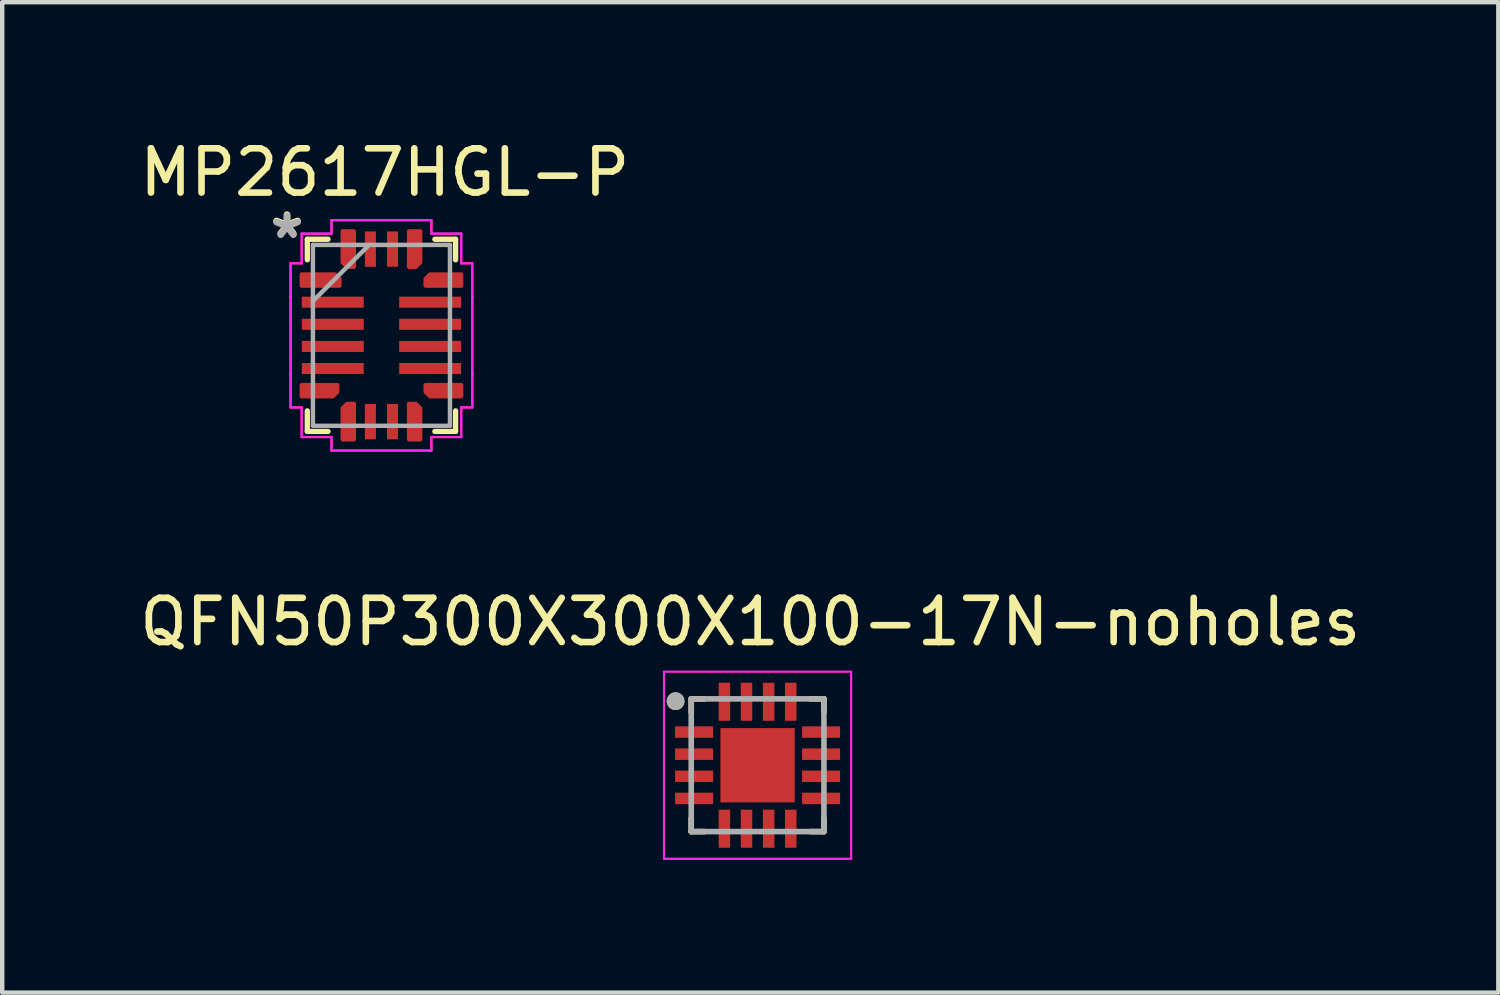
<source format=kicad_pcb>
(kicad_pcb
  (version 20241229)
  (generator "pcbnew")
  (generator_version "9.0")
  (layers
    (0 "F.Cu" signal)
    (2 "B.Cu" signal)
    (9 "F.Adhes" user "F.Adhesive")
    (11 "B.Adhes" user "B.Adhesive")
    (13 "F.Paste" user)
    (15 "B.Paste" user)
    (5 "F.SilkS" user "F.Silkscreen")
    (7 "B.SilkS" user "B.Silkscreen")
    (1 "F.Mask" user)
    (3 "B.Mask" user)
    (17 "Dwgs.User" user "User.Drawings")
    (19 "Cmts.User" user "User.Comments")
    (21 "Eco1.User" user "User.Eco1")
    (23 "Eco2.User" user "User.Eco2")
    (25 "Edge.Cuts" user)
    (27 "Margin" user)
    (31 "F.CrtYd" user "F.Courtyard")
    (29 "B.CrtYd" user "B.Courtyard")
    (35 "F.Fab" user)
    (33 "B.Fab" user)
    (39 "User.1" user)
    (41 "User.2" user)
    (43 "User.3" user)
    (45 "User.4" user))
  (footprint "QFN50P300X300X100-17N-noholes"
    (layer "F.Cu")
    (at 14.076 14.249)
    (property "Reference" "QFN50P300X300X100-17N-noholes" (at -0.165 -3.24 0) (layer "F.SilkS") (effects (font (size 1 1) (thickness 0.15))))
    (attr smd)
    (fp_line (start -1.5 -1.5) (end -1.5 -1.2) (stroke (width 0.127) (type solid)) (layer "F.SilkS"))
    (fp_line (start -1.5 -1.5) (end -1.2 -1.5) (stroke (width 0.127) (type solid)) (layer "F.SilkS"))
    (fp_line (start -1.5 1.5) (end -1.5 1.2) (stroke (width 0.127) (type solid)) (layer "F.SilkS"))
    (fp_line (start -1.5 1.5) (end -1.2 1.5) (stroke (width 0.127) (type solid)) (layer "F.SilkS"))
    (fp_line (start 1.5 -1.5) (end 1.2 -1.5) (stroke (width 0.127) (type solid)) (layer "F.SilkS"))
    (fp_line (start 1.5 -1.5) (end 1.5 -1.2) (stroke (width 0.127) (type solid)) (layer "F.SilkS"))
    (fp_line (start 1.5 1.5) (end 1.2 1.5) (stroke (width 0.127) (type solid)) (layer "F.SilkS"))
    (fp_line (start 1.5 1.5) (end 1.5 1.2) (stroke (width 0.127) (type solid)) (layer "F.SilkS"))
    (fp_circle (center -1.854 -1.448) (end -1.754 -1.448) (stroke (width 0.2) (type solid)) (fill no) (layer "F.SilkS"))
    (fp_poly (pts (xy -0.53 -0.53) (xy 0.53 -0.53) (xy 0.53 0.53) (xy -0.53 0.53)) (stroke (width 0.01) (type solid)) (fill yes) (layer "F.Paste"))
    (fp_line (start -2.115 -2.115) (end 2.115 -2.115) (stroke (width 0.05) (type solid)) (layer "F.CrtYd"))
    (fp_line (start -2.115 2.115) (end -2.115 -2.115) (stroke (width 0.05) (type solid)) (layer "F.CrtYd"))
    (fp_line (start -2.115 2.115) (end 2.115 2.115) (stroke (width 0.05) (type solid)) (layer "F.CrtYd"))
    (fp_line (start 2.115 2.115) (end 2.115 -2.115) (stroke (width 0.05) (type solid)) (layer "F.CrtYd"))
    (fp_line (start -1.5 1.5) (end -1.5 -1.5) (stroke (width 0.127) (type solid)) (layer "F.Fab"))
    (fp_line (start 1.5 -1.5) (end -1.5 -1.5) (stroke (width 0.127) (type solid)) (layer "F.Fab"))
    (fp_line (start 1.5 1.5) (end -1.5 1.5) (stroke (width 0.127) (type solid)) (layer "F.Fab"))
    (fp_line (start 1.5 1.5) (end 1.5 -1.5) (stroke (width 0.127) (type solid)) (layer "F.Fab"))
    (fp_circle (center -1.854 -1.448) (end -1.754 -1.448) (stroke (width 0.2) (type solid)) (fill no) (layer "F.Fab"))
    (pad "1" smd roundrect (at -1.435 -0.75) (size 0.86 0.26) (layers "F.Cu" "F.Mask" "F.Paste") (roundrect_rratio 0.03))
    (pad "2" smd roundrect (at -1.435 -0.25) (size 0.86 0.26) (layers "F.Cu" "F.Mask" "F.Paste") (roundrect_rratio 0.03))
    (pad "3" smd roundrect (at -1.435 0.25) (size 0.86 0.26) (layers "F.Cu" "F.Mask" "F.Paste") (roundrect_rratio 0.03))
    (pad "4" smd roundrect (at -1.435 0.75) (size 0.86 0.26) (layers "F.Cu" "F.Mask" "F.Paste") (roundrect_rratio 0.03))
    (pad "5" smd roundrect (at -0.75 1.435 90) (size 0.86 0.26) (layers "F.Cu" "F.Mask" "F.Paste") (roundrect_rratio 0.03))
    (pad "6" smd roundrect (at -0.25 1.435 90) (size 0.86 0.26) (layers "F.Cu" "F.Mask" "F.Paste") (roundrect_rratio 0.03))
    (pad "7" smd roundrect (at 0.25 1.435 90) (size 0.86 0.26) (layers "F.Cu" "F.Mask" "F.Paste") (roundrect_rratio 0.03))
    (pad "8" smd roundrect (at 0.75 1.435 90) (size 0.86 0.26) (layers "F.Cu" "F.Mask" "F.Paste") (roundrect_rratio 0.03))
    (pad "9" smd roundrect (at 1.435 0.75) (size 0.86 0.26) (layers "F.Cu" "F.Mask" "F.Paste") (roundrect_rratio 0.03))
    (pad "10" smd roundrect (at 1.435 0.25) (size 0.86 0.26) (layers "F.Cu" "F.Mask" "F.Paste") (roundrect_rratio 0.03))
    (pad "11" smd roundrect (at 1.435 -0.25) (size 0.86 0.26) (layers "F.Cu" "F.Mask" "F.Paste") (roundrect_rratio 0.03))
    (pad "12" smd roundrect (at 1.435 -0.75) (size 0.86 0.26) (layers "F.Cu" "F.Mask" "F.Paste") (roundrect_rratio 0.03))
    (pad "13" smd roundrect (at 0.75 -1.435 90) (size 0.86 0.26) (layers "F.Cu" "F.Mask" "F.Paste") (roundrect_rratio 0.03))
    (pad "14" smd roundrect (at 0.25 -1.435 90) (size 0.86 0.26) (layers "F.Cu" "F.Mask" "F.Paste") (roundrect_rratio 0.03))
    (pad "15" smd roundrect (at -0.25 -1.435 90) (size 0.86 0.26) (layers "F.Cu" "F.Mask" "F.Paste") (roundrect_rratio 0.03))
    (pad "16" smd roundrect (at -0.75 -1.435 90) (size 0.86 0.26) (layers "F.Cu" "F.Mask" "F.Paste") (roundrect_rratio 0.03))
    (pad "17" smd rect (at 0 0) (size 1.68 1.68) (layers "F.Cu" "F.Mask"))
    (pad "18" smd circle (at 0 0) (size 0.457 0.457) (layers "F.Cu" "F.Mask" "F.Paste"))
    (pad "19" smd circle (at -0.457 -0.483) (size 0.457 0.457) (layers "F.Cu" "F.Mask" "F.Paste"))
    (pad "20" smd circle (at 0.432 -0.483) (size 0.457 0.457) (layers "F.Cu" "F.Mask" "F.Paste"))
    (pad "21" smd circle (at -0.457 0.483) (size 0.457 0.457) (layers "F.Cu" "F.Mask" "F.Paste"))
    (pad "22" smd circle (at 0.457 0.483) (size 0.457 0.457) (layers "F.Cu" "F.Mask" "F.Paste")))
  (footprint "MP2617HGL-P"
    (layer "F.Cu")
    (at 5.573 4.531)
    (property "Reference" "MP2617HGL-P" (at 0.076 -3.683 0) (layer "F.SilkS") (effects (font (size 1 1) (thickness 0.15))))
    (attr through_hole)
    (fp_poly (pts (xy -1.8 -1.375) (xy -1.8 -1.125) (xy -0.95 -1.125) (xy -0.95 -1.275) (xy -1.05 -1.375)) (stroke (width 0.1) (type solid)) (fill yes) (layer "F.Cu"))
    (fp_poly (pts (xy -1.8 1.125) (xy -1.8 1.375) (xy -1.1 1.375) (xy -1 1.275) (xy -1 1.125)) (stroke (width 0.1) (type solid)) (fill yes) (layer "F.Cu"))
    (fp_poly (pts (xy -0.625 -2.35) (xy -0.875 -2.35) (xy -0.875 -1.65) (xy -0.775 -1.55) (xy -0.625 -1.55)) (stroke (width 0.1) (type solid)) (fill yes) (layer "F.Cu"))
    (fp_poly (pts (xy -0.625 2.35) (xy -0.875 2.35) (xy -0.875 1.65) (xy -0.775 1.55) (xy -0.625 1.55)) (stroke (width 0.1) (type solid)) (fill yes) (layer "F.Cu"))
    (fp_poly (pts (xy 0.625 -2.35) (xy 0.875 -2.35) (xy 0.875 -1.65) (xy 0.775 -1.55) (xy 0.625 -1.55)) (stroke (width 0.1) (type solid)) (fill yes) (layer "F.Cu"))
    (fp_poly (pts (xy 0.625 2.35) (xy 0.875 2.35) (xy 0.875 1.65) (xy 0.775 1.55) (xy 0.625 1.55)) (stroke (width 0.1) (type solid)) (fill yes) (layer "F.Cu"))
    (fp_poly (pts (xy 1.8 -1.125) (xy 1.8 -1.375) (xy 1.1 -1.375) (xy 1 -1.275) (xy 1 -1.125)) (stroke (width 0.1) (type solid)) (fill yes) (layer "F.Cu"))
    (fp_poly (pts (xy 1.8 1.125) (xy 1.8 1.375) (xy 1.1 1.375) (xy 1 1.275) (xy 1 1.125)) (stroke (width 0.1) (type solid)) (fill yes) (layer "F.Cu"))
    (fp_poly (pts (xy -1.8 -1.375) (xy -1.8 -1.125) (xy -0.95 -1.125) (xy -0.95 -1.275) (xy -1.05 -1.375)) (stroke (width 0.1) (type solid)) (fill yes) (layer "F.Mask"))
    (fp_poly (pts (xy -1.8 1.125) (xy -1.8 1.375) (xy -1.1 1.375) (xy -1 1.275) (xy -1 1.125)) (stroke (width 0.1) (type solid)) (fill yes) (layer "F.Mask"))
    (fp_poly (pts (xy -0.625 -2.35) (xy -0.875 -2.35) (xy -0.875 -1.65) (xy -0.775 -1.55) (xy -0.625 -1.55)) (stroke (width 0.1) (type solid)) (fill yes) (layer "F.Mask"))
    (fp_poly (pts (xy -0.625 2.35) (xy -0.875 2.35) (xy -0.875 1.65) (xy -0.775 1.55) (xy -0.625 1.55)) (stroke (width 0.1) (type solid)) (fill yes) (layer "F.Mask"))
    (fp_poly (pts (xy 0.625 -2.35) (xy 0.875 -2.35) (xy 0.875 -1.65) (xy 0.775 -1.55) (xy 0.625 -1.55)) (stroke (width 0.1) (type solid)) (fill yes) (layer "F.Mask"))
    (fp_poly (pts (xy 0.625 2.35) (xy 0.875 2.35) (xy 0.875 1.65) (xy 0.775 1.55) (xy 0.625 1.55)) (stroke (width 0.1) (type solid)) (fill yes) (layer "F.Mask"))
    (fp_poly (pts (xy 1.8 -1.125) (xy 1.8 -1.375) (xy 1.1 -1.375) (xy 1 -1.275) (xy 1 -1.125)) (stroke (width 0.1) (type solid)) (fill yes) (layer "F.Mask"))
    (fp_poly (pts (xy 1.8 1.125) (xy 1.8 1.375) (xy 1.1 1.375) (xy 1 1.275) (xy 1 1.125)) (stroke (width 0.1) (type solid)) (fill yes) (layer "F.Mask"))
    (fp_line (start -1.676 -2.172) (end -1.208 -2.172) (stroke (width 0.12) (type solid)) (layer "F.SilkS"))
    (fp_line (start -1.676 -1.708) (end -1.676 -2.172) (stroke (width 0.12) (type solid)) (layer "F.SilkS"))
    (fp_line (start -1.676 2.172) (end -1.676 1.708) (stroke (width 0.12) (type solid)) (layer "F.SilkS"))
    (fp_line (start -1.208 2.172) (end -1.676 2.172) (stroke (width 0.12) (type solid)) (layer "F.SilkS"))
    (fp_line (start 1.208 -2.172) (end 1.676 -2.172) (stroke (width 0.12) (type solid)) (layer "F.SilkS"))
    (fp_line (start 1.676 -2.172) (end 1.676 -1.708) (stroke (width 0.12) (type solid)) (layer "F.SilkS"))
    (fp_line (start 1.676 1.708) (end 1.676 2.172) (stroke (width 0.12) (type solid)) (layer "F.SilkS"))
    (fp_line (start 1.676 2.172) (end 1.208 2.172) (stroke (width 0.12) (type solid)) (layer "F.SilkS"))
    (fp_poly (pts (xy -1.8 -1.375) (xy -1.8 -1.125) (xy -0.95 -1.125) (xy -0.95 -1.275) (xy -1.05 -1.375)) (stroke (width 0.1) (type solid)) (fill yes) (layer "F.Paste"))
    (fp_poly (pts (xy -1.8 1.125) (xy -1.8 1.375) (xy -1.1 1.375) (xy -1 1.275) (xy -1 1.125)) (stroke (width 0.1) (type solid)) (fill yes) (layer "F.Paste"))
    (fp_poly (pts (xy -0.625 -2.35) (xy -0.875 -2.35) (xy -0.875 -1.65) (xy -0.775 -1.55) (xy -0.625 -1.55)) (stroke (width 0.1) (type solid)) (fill yes) (layer "F.Paste"))
    (fp_poly (pts (xy -0.625 2.35) (xy -0.875 2.35) (xy -0.875 1.65) (xy -0.775 1.55) (xy -0.625 1.55)) (stroke (width 0.1) (type solid)) (fill yes) (layer "F.Paste"))
    (fp_poly (pts (xy 0.625 -2.35) (xy 0.875 -2.35) (xy 0.875 -1.65) (xy 0.775 -1.55) (xy 0.625 -1.55)) (stroke (width 0.1) (type solid)) (fill yes) (layer "F.Paste"))
    (fp_poly (pts (xy 0.625 2.35) (xy 0.875 2.35) (xy 0.875 1.65) (xy 0.775 1.55) (xy 0.625 1.55)) (stroke (width 0.1) (type solid)) (fill yes) (layer "F.Paste"))
    (fp_poly (pts (xy 1.8 -1.125) (xy 1.8 -1.375) (xy 1.1 -1.375) (xy 1 -1.275) (xy 1 -1.125)) (stroke (width 0.1) (type solid)) (fill yes) (layer "F.Paste"))
    (fp_poly (pts (xy 1.8 1.125) (xy 1.8 1.375) (xy 1.1 1.375) (xy 1 1.275) (xy 1 1.125)) (stroke (width 0.1) (type solid)) (fill yes) (layer "F.Paste"))
    (fp_line (start -2.054 -1.629) (end -2.054 -0.871) (stroke (width 0.05) (type solid)) (layer "F.CrtYd"))
    (fp_line (start -2.054 -1.629) (end -2.054 -0.871) (stroke (width 0.05) (type solid)) (layer "F.CrtYd"))
    (fp_line (start -2.054 -0.871) (end -2.054 -0.871) (stroke (width 0.05) (type solid)) (layer "F.CrtYd"))
    (fp_line (start -2.054 -0.871) (end -2.054 -0.871) (stroke (width 0.05) (type solid)) (layer "F.CrtYd"))
    (fp_line (start -2.054 -0.871) (end -2.054 0.871) (stroke (width 0.05) (type solid)) (layer "F.CrtYd"))
    (fp_line (start -2.054 -0.871) (end -2.054 0.871) (stroke (width 0.05) (type solid)) (layer "F.CrtYd"))
    (fp_line (start -2.054 0.871) (end -2.054 0.871) (stroke (width 0.05) (type solid)) (layer "F.CrtYd"))
    (fp_line (start -2.054 0.871) (end -2.054 0.871) (stroke (width 0.05) (type solid)) (layer "F.CrtYd"))
    (fp_line (start -2.054 0.871) (end -2.054 1.629) (stroke (width 0.05) (type solid)) (layer "F.CrtYd"))
    (fp_line (start -2.054 0.871) (end -2.054 1.629) (stroke (width 0.05) (type solid)) (layer "F.CrtYd"))
    (fp_line (start -2.054 1.629) (end -1.803 1.629) (stroke (width 0.05) (type solid)) (layer "F.CrtYd"))
    (fp_line (start -2.054 1.629) (end -1.803 1.629) (stroke (width 0.05) (type solid)) (layer "F.CrtYd"))
    (fp_line (start -1.803 -2.299) (end -1.803 -1.629) (stroke (width 0.05) (type solid)) (layer "F.CrtYd"))
    (fp_line (start -1.803 -2.299) (end -1.803 -1.629) (stroke (width 0.05) (type solid)) (layer "F.CrtYd"))
    (fp_line (start -1.803 -1.629) (end -2.054 -1.629) (stroke (width 0.05) (type solid)) (layer "F.CrtYd"))
    (fp_line (start -1.803 -1.629) (end -2.054 -1.629) (stroke (width 0.05) (type solid)) (layer "F.CrtYd"))
    (fp_line (start -1.803 1.629) (end -1.803 2.299) (stroke (width 0.05) (type solid)) (layer "F.CrtYd"))
    (fp_line (start -1.803 1.629) (end -1.803 2.299) (stroke (width 0.05) (type solid)) (layer "F.CrtYd"))
    (fp_line (start -1.803 2.299) (end -1.129 2.299) (stroke (width 0.05) (type solid)) (layer "F.CrtYd"))
    (fp_line (start -1.803 2.299) (end -1.129 2.299) (stroke (width 0.05) (type solid)) (layer "F.CrtYd"))
    (fp_line (start -1.129 -2.604) (end -1.129 -2.299) (stroke (width 0.05) (type solid)) (layer "F.CrtYd"))
    (fp_line (start -1.129 -2.604) (end -1.129 -2.299) (stroke (width 0.05) (type solid)) (layer "F.CrtYd"))
    (fp_line (start -1.129 -2.299) (end -1.803 -2.299) (stroke (width 0.05) (type solid)) (layer "F.CrtYd"))
    (fp_line (start -1.129 -2.299) (end -1.803 -2.299) (stroke (width 0.05) (type solid)) (layer "F.CrtYd"))
    (fp_line (start -1.129 2.299) (end -1.129 2.604) (stroke (width 0.05) (type solid)) (layer "F.CrtYd"))
    (fp_line (start -1.129 2.299) (end -1.129 2.604) (stroke (width 0.05) (type solid)) (layer "F.CrtYd"))
    (fp_line (start -1.129 2.604) (end 1.129 2.604) (stroke (width 0.05) (type solid)) (layer "F.CrtYd"))
    (fp_line (start -1.129 2.604) (end 1.129 2.604) (stroke (width 0.05) (type solid)) (layer "F.CrtYd"))
    (fp_line (start 1.129 -2.604) (end -1.129 -2.604) (stroke (width 0.05) (type solid)) (layer "F.CrtYd"))
    (fp_line (start 1.129 -2.604) (end -1.129 -2.604) (stroke (width 0.05) (type solid)) (layer "F.CrtYd"))
    (fp_line (start 1.129 -2.299) (end 1.129 -2.604) (stroke (width 0.05) (type solid)) (layer "F.CrtYd"))
    (fp_line (start 1.129 -2.299) (end 1.129 -2.604) (stroke (width 0.05) (type solid)) (layer "F.CrtYd"))
    (fp_line (start 1.129 2.299) (end 1.803 2.299) (stroke (width 0.05) (type solid)) (layer "F.CrtYd"))
    (fp_line (start 1.129 2.299) (end 1.803 2.299) (stroke (width 0.05) (type solid)) (layer "F.CrtYd"))
    (fp_line (start 1.129 2.604) (end 1.129 2.299) (stroke (width 0.05) (type solid)) (layer "F.CrtYd"))
    (fp_line (start 1.129 2.604) (end 1.129 2.299) (stroke (width 0.05) (type solid)) (layer "F.CrtYd"))
    (fp_line (start 1.803 -2.299) (end 1.129 -2.299) (stroke (width 0.05) (type solid)) (layer "F.CrtYd"))
    (fp_line (start 1.803 -2.299) (end 1.129 -2.299) (stroke (width 0.05) (type solid)) (layer "F.CrtYd"))
    (fp_line (start 1.803 -1.629) (end 1.803 -2.299) (stroke (width 0.05) (type solid)) (layer "F.CrtYd"))
    (fp_line (start 1.803 -1.629) (end 1.803 -2.299) (stroke (width 0.05) (type solid)) (layer "F.CrtYd"))
    (fp_line (start 1.803 1.629) (end 2.054 1.629) (stroke (width 0.05) (type solid)) (layer "F.CrtYd"))
    (fp_line (start 1.803 1.629) (end 2.054 1.629) (stroke (width 0.05) (type solid)) (layer "F.CrtYd"))
    (fp_line (start 1.803 2.299) (end 1.803 1.629) (stroke (width 0.05) (type solid)) (layer "F.CrtYd"))
    (fp_line (start 1.803 2.299) (end 1.803 1.629) (stroke (width 0.05) (type solid)) (layer "F.CrtYd"))
    (fp_line (start 2.054 -1.629) (end 1.803 -1.629) (stroke (width 0.05) (type solid)) (layer "F.CrtYd"))
    (fp_line (start 2.054 -1.629) (end 1.803 -1.629) (stroke (width 0.05) (type solid)) (layer "F.CrtYd"))
    (fp_line (start 2.054 -0.871) (end 2.054 -1.629) (stroke (width 0.05) (type solid)) (layer "F.CrtYd"))
    (fp_line (start 2.054 -0.871) (end 2.054 -1.629) (stroke (width 0.05) (type solid)) (layer "F.CrtYd"))
    (fp_line (start 2.054 -0.871) (end 2.054 -0.871) (stroke (width 0.05) (type solid)) (layer "F.CrtYd"))
    (fp_line (start 2.054 -0.871) (end 2.054 -0.871) (stroke (width 0.05) (type solid)) (layer "F.CrtYd"))
    (fp_line (start 2.054 0.871) (end 2.054 -0.871) (stroke (width 0.05) (type solid)) (layer "F.CrtYd"))
    (fp_line (start 2.054 0.871) (end 2.054 -0.871) (stroke (width 0.05) (type solid)) (layer "F.CrtYd"))
    (fp_line (start 2.054 0.871) (end 2.054 0.871) (stroke (width 0.05) (type solid)) (layer "F.CrtYd"))
    (fp_line (start 2.054 0.871) (end 2.054 0.871) (stroke (width 0.05) (type solid)) (layer "F.CrtYd"))
    (fp_line (start 2.054 1.629) (end 2.054 0.871) (stroke (width 0.05) (type solid)) (layer "F.CrtYd"))
    (fp_line (start 2.054 1.629) (end 2.054 0.871) (stroke (width 0.05) (type solid)) (layer "F.CrtYd"))
    (fp_line (start -1.549 -2.045) (end -1.549 2.045) (stroke (width 0.1) (type solid)) (layer "F.Fab"))
    (fp_line (start -1.549 -0.775) (end -0.279 -2.045) (stroke (width 0.1) (type solid)) (layer "F.Fab"))
    (fp_line (start -1.549 2.045) (end 1.549 2.045) (stroke (width 0.1) (type solid)) (layer "F.Fab"))
    (fp_line (start 1.549 -2.045) (end -1.549 -2.045) (stroke (width 0.1) (type solid)) (layer "F.Fab"))
    (fp_line (start 1.549 2.045) (end 1.549 -2.045) (stroke (width 0.1) (type solid)) (layer "F.Fab"))
    (fp_text user "*" (at -2.135 -2.184 0) (layer "F.SilkS") (effects (font (size 1 1) (thickness 0.15))))
    (fp_text user "*" (at -2.134 -2.159 0) (layer "F.Fab") (effects (font (size 1 1) (thickness 0.15))))
    (pad "1" smd rect (at -1.4 -1.25) (size 0.127 0.127) (layers "F.Cu" "F.Mask" "F.Paste"))
    (pad "2" smd rect (at -1.1 -0.75) (size 1.4 0.25) (layers "F.Cu" "F.Mask" "F.Paste"))
    (pad "3" smd rect (at -1.1 -0.25) (size 1.4 0.25) (layers "F.Cu" "F.Mask" "F.Paste"))
    (pad "4" smd rect (at -1.1 0.25) (size 1.4 0.25) (layers "F.Cu" "F.Mask" "F.Paste"))
    (pad "5" smd rect (at -1.1 0.75) (size 1.4 0.25) (layers "F.Cu" "F.Mask" "F.Paste"))
    (pad "6" smd rect (at -1.4 1.25) (size 0.127 0.127) (layers "F.Cu" "F.Mask" "F.Paste"))
    (pad "7" smd rect (at -0.75 1.95 90) (size 0.127 0.127) (layers "F.Cu" "F.Mask" "F.Paste"))
    (pad "8" smd rect (at -0.25 1.95 90) (size 0.8 0.25) (layers "F.Cu" "F.Mask" "F.Paste"))
    (pad "9" smd rect (at 0.25 1.95 90) (size 0.8 0.25) (layers "F.Cu" "F.Mask" "F.Paste"))
    (pad "10" smd rect (at 0.75 1.95 90) (size 0.127 0.127) (layers "F.Cu" "F.Mask" "F.Paste"))
    (pad "11" smd rect (at 1.4 1.25) (size 0.127 0.127) (layers "F.Cu" "F.Mask" "F.Paste"))
    (pad "12" smd rect (at 1.1 0.75) (size 1.4 0.25) (layers "F.Cu" "F.Mask" "F.Paste"))
    (pad "13" smd rect (at 1.1 0.25) (size 1.4 0.25) (layers "F.Cu" "F.Mask" "F.Paste"))
    (pad "14" smd rect (at 1.1 -0.25) (size 1.4 0.25) (layers "F.Cu" "F.Mask" "F.Paste"))
    (pad "15" smd rect (at 1.1 -0.75) (size 1.4 0.25) (layers "F.Cu" "F.Mask" "F.Paste"))
    (pad "16" smd rect (at 1.4 -1.25) (size 0.127 0.127) (layers "F.Cu" "F.Mask" "F.Paste"))
    (pad "17" smd rect (at 0.75 -1.95 90) (size 0.127 0.127) (layers "F.Cu" "F.Mask" "F.Paste"))
    (pad "18" smd rect (at 0.25 -1.95 90) (size 0.8 0.25) (layers "F.Cu" "F.Mask" "F.Paste"))
    (pad "19" smd rect (at -0.25 -1.95 90) (size 0.8 0.25) (layers "F.Cu" "F.Mask" "F.Paste"))
    (pad "20" smd rect (at -0.75 -1.95 90) (size 0.127 0.127) (layers "F.Cu" "F.Mask" "F.Paste")))
  (gr_rect
    (start -3 -3)
    (end 30.821 19.389)
    (stroke (width 0.1) (type default))
    (fill no)
    (layer "Edge.Cuts")))
</source>
